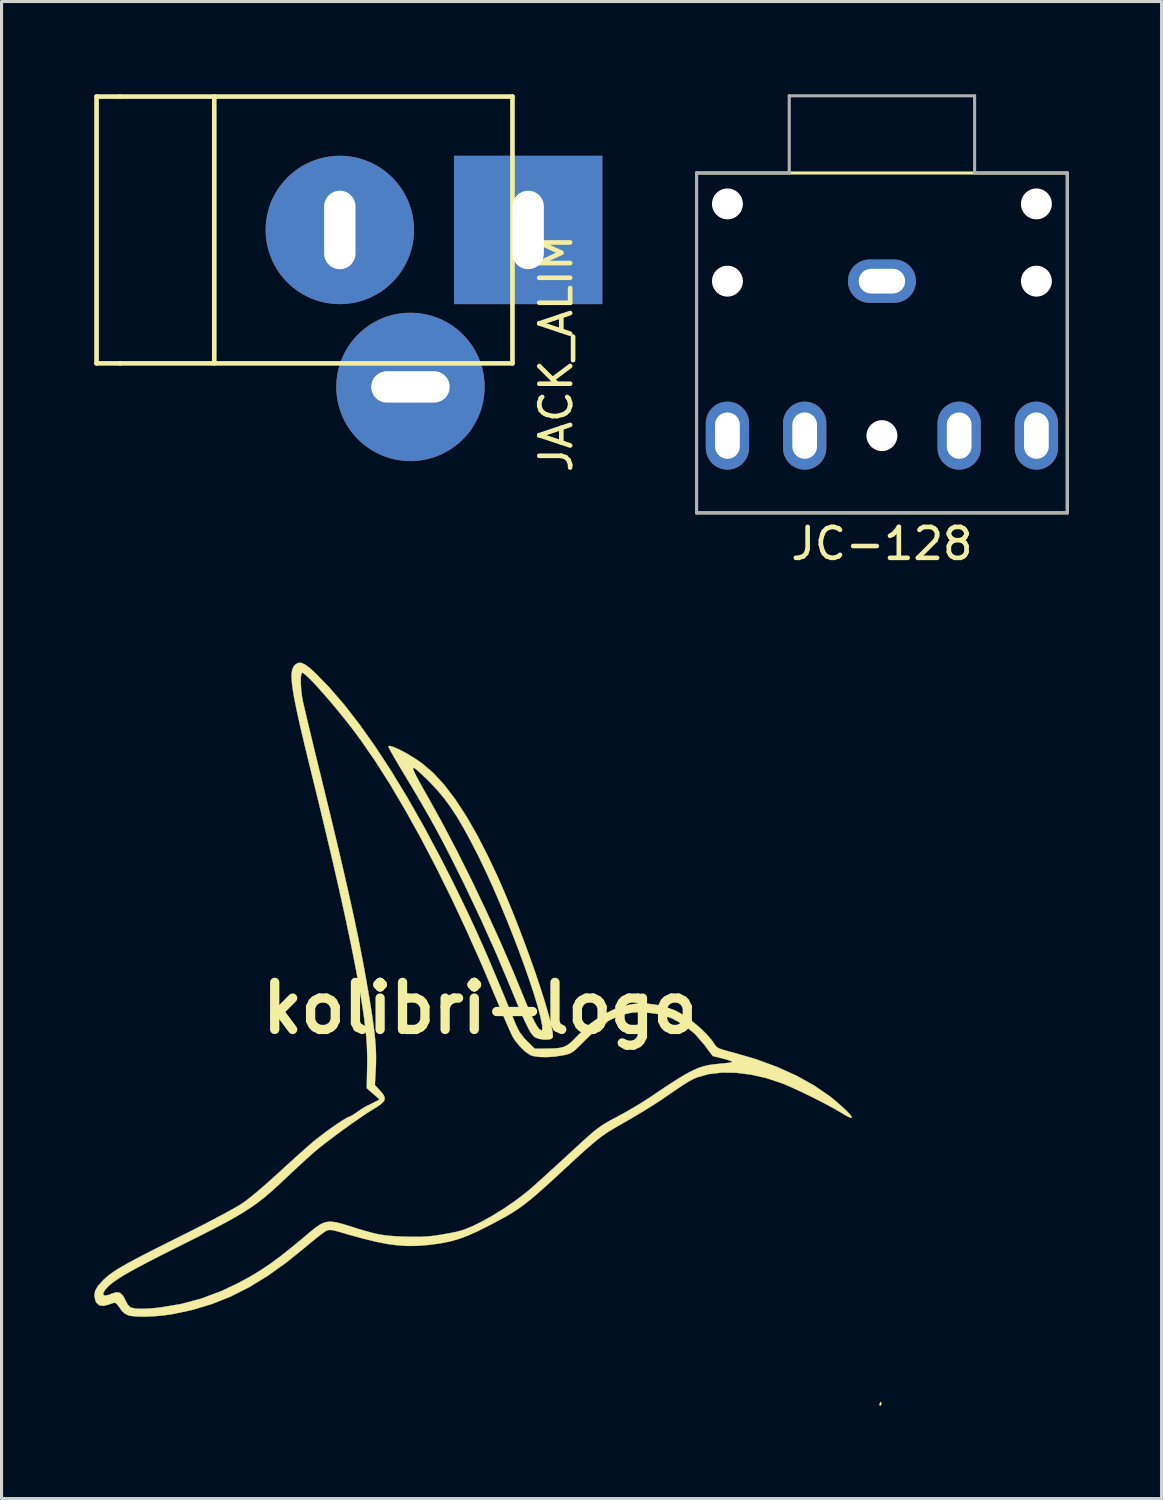
<source format=kicad_pcb>
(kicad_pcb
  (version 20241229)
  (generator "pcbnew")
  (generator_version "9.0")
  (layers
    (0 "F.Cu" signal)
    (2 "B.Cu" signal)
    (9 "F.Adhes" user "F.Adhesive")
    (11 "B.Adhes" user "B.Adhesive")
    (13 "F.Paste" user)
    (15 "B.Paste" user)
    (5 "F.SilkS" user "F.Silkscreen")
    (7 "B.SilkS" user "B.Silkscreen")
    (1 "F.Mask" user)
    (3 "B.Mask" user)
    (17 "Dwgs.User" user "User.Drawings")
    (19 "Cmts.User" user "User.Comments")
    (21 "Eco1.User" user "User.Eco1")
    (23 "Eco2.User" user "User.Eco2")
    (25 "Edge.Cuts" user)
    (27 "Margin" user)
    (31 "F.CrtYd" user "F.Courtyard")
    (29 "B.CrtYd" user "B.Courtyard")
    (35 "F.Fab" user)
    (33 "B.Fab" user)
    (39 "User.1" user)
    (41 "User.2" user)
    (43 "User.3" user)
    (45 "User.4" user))
  (footprint "JACK_ALIM"
    (layer "F.Cu")
    (at 7.949 4.393)
    (property "Reference" "JACK_ALIM" (at 7 4 90) (layer "F.SilkS") (effects (font (size 1 1) (thickness 0.15))))
    (attr through_hole)
    (fp_line (start -7.874 -4.318) (end -7.874 4.318) (stroke (width 0.15) (type solid)) (layer "F.SilkS"))
    (fp_line (start -7.874 4.318) (end -7.112 4.318) (stroke (width 0.15) (type solid)) (layer "F.SilkS"))
    (fp_line (start -7.112 -4.318) (end -7.874 -4.318) (stroke (width 0.15) (type solid)) (layer "F.SilkS"))
    (fp_line (start -7.112 -4.318) (end 5.588 -4.318) (stroke (width 0.15) (type solid)) (layer "F.SilkS"))
    (fp_line (start -7.112 4.318) (end 5.588 4.318) (stroke (width 0.15) (type solid)) (layer "F.SilkS"))
    (fp_line (start -4.064 -4.318) (end -4.064 4.318) (stroke (width 0.15) (type solid)) (layer "F.SilkS"))
    (fp_line (start 5.588 -4.318) (end 5.588 4.318) (stroke (width 0.15) (type solid)) (layer "F.SilkS"))
    (pad "1" thru_hole rect (at 6.096 0) (size 4.801 4.801) (drill oval 1.016 2.54) (layers "*.Cu" "*.Mask"))
    (pad "2" thru_hole circle (at 0 0) (size 4.801 4.801) (drill oval 1.016 2.54) (layers "*.Cu" "*.Mask"))
    (pad "3" thru_hole circle (at 2.286 5.08) (size 4.801 4.801) (drill oval 2.54 1.016) (layers "*.Cu" "*.Mask")))
  (footprint "JC-128"
    (layer "F.Cu")
    (at 25.495 6.05)
    (property "Reference" "JC-128" (at 0 8.5 0) (layer "F.SilkS") (effects (font (size 1 1) (thickness 0.15))))
    (attr through_hole)
    (fp_line (start -6 -3.5) (end -6 7.5) (stroke (width 0.1) (type solid)) (layer "F.SilkS"))
    (fp_line (start -6 7.5) (end 6 7.5) (stroke (width 0.1) (type solid)) (layer "F.SilkS"))
    (fp_line (start 6 -3.5) (end -6 -3.5) (stroke (width 0.1) (type solid)) (layer "F.SilkS"))
    (fp_line (start 6 7.5) (end 6 -3.5) (stroke (width 0.1) (type solid)) (layer "F.SilkS"))
    (fp_line (start -6 -3.5) (end -6 7.5) (stroke (width 0.1) (type solid)) (layer "F.Fab"))
    (fp_line (start -3 -6) (end -3 -3.5) (stroke (width 0.1) (type solid)) (layer "F.Fab"))
    (fp_line (start -3 -3.5) (end -6 -3.5) (stroke (width 0.1) (type solid)) (layer "F.Fab"))
    (fp_line (start 3 -6) (end -3 -6) (stroke (width 0.1) (type solid)) (layer "F.Fab"))
    (fp_line (start 3 -6) (end 3 -3.5) (stroke (width 0.1) (type solid)) (layer "F.Fab"))
    (fp_line (start 3 -3.5) (end 6 -3.5) (stroke (width 0.1) (type solid)) (layer "F.Fab"))
    (fp_line (start 6 -3.5) (end 6 7.5) (stroke (width 0.1) (type solid)) (layer "F.Fab"))
    (fp_line (start 6 7.5) (end -6 7.5) (stroke (width 0.1) (type solid)) (layer "F.Fab"))
    (pad "" np_thru_hole circle (at -5 -2.5) (size 1 1) (drill 1) (layers "*.Cu"))
    (pad "" np_thru_hole circle (at -5 0) (size 1 1) (drill 1) (layers "*.Cu"))
    (pad "" np_thru_hole circle (at 0 5) (size 1 1) (drill 1) (layers "*.Cu"))
    (pad "" np_thru_hole circle (at 5 -2.5) (size 1 1) (drill 1) (layers "*.Cu"))
    (pad "" np_thru_hole circle (at 5 0) (size 1 1) (drill 1) (layers "*.Cu"))
    (pad "R" thru_hole oval (at 5 5) (size 1.4 2.2) (drill oval 0.8 1.5) (layers "*.Cu" "*.Mask"))
    (pad "RN" thru_hole oval (at 2.5 5) (size 1.4 2.2) (drill oval 0.8 1.5) (layers "*.Cu" "*.Mask"))
    (pad "S" thru_hole oval (at 0 0) (size 2.2 1.4) (drill oval 1.5 0.8) (layers "*.Cu" "*.Mask"))
    (pad "T" thru_hole oval (at -5 5) (size 1.4 2.2) (drill oval 0.8 1.5) (layers "*.Cu" "*.Mask"))
    (pad "TN" thru_hole oval (at -2.5 5) (size 1.4 2.2) (drill oval 0.8 1.5) (layers "*.Cu" "*.Mask")))
  (footprint "kolibri-logo"
    (layer "F.Cu")
    (at 12.482 29.581)
    (property "Reference" "kolibri-logo" (at 0 0 0) (layer "F.SilkS") (effects (font (size 1.524 1.524) (thickness 0.3))))
    (attr through_hole)
    (fp_poly (pts (xy 12.994 12.777) (xy 12.996 12.806) (xy 12.974 12.862) (xy 12.955 12.869) (xy 12.932 12.838) (xy 12.939 12.806) (xy 12.969 12.75) (xy 12.98 12.742) (xy 12.994 12.777)) (stroke (width 0.01) (type solid)) (fill yes) (layer "F.SilkS"))
    (fp_poly (pts (xy -2.839 -8.469) (xy -2.702 -8.414) (xy -2.531 -8.331) (xy -2.339 -8.226) (xy -2.138 -8.104) (xy -1.94 -7.972) (xy -1.853 -7.909) (xy -1.507 -7.612) (xy -1.157 -7.233) (xy -0.804 -6.771) (xy -0.447 -6.226) (xy -0.085 -5.597) (xy 0.28 -4.884) (xy 0.57 -4.268) (xy 0.751 -3.856) (xy 0.934 -3.421) (xy 1.118 -2.97) (xy 1.298 -2.509) (xy 1.472 -2.047) (xy 1.638 -1.592) (xy 1.794 -1.15) (xy 1.936 -0.729) (xy 2.062 -0.338) (xy 2.169 0.017) (xy 2.256 0.327) (xy 2.318 0.586) (xy 2.354 0.785) (xy 2.362 0.918) (xy 2.354 0.955) (xy 2.297 0.999) (xy 2.185 1.019) (xy 2.045 1.016) (xy 1.905 0.991) (xy 1.789 0.947) (xy 1.764 0.929) (xy 1.709 0.875) (xy 1.649 0.792) (xy 1.579 0.671) (xy 1.496 0.507) (xy 1.396 0.291) (xy 1.277 0.017) (xy 1.135 -0.323) (xy 0.978 -0.704) (xy 0.53 -1.768) (xy 0.039 -2.863) (xy -0.479 -3.957) (xy -0.744 -4.493) (xy -0.988 -4.978) (xy -1.215 -5.415) (xy -1.435 -5.826) (xy -1.659 -6.229) (xy -1.898 -6.645) (xy -2.163 -7.095) (xy -2.42 -7.522) (xy -2.558 -7.751) (xy -2.163 -7.751) (xy -2.131 -7.66) (xy -2.056 -7.506) (xy -1.938 -7.287) (xy -1.777 -7) (xy -1.672 -6.816) (xy -1.209 -5.98) (xy -0.737 -5.079) (xy -0.263 -4.131) (xy 0.203 -3.153) (xy 0.654 -2.165) (xy 1.08 -1.182) (xy 1.398 -0.409) (xy 1.543 -0.056) (xy 1.665 0.223) (xy 1.766 0.433) (xy 1.849 0.581) (xy 1.919 0.673) (xy 1.978 0.715) (xy 2.002 0.72) (xy 2.022 0.682) (xy 2.02 0.582) (xy 2.014 0.54) (xy 1.96 0.277) (xy 1.874 -0.052) (xy 1.758 -0.437) (xy 1.616 -0.869) (xy 1.453 -1.336) (xy 1.272 -1.83) (xy 1.077 -2.339) (xy 0.872 -2.855) (xy 0.66 -3.366) (xy 0.446 -3.863) (xy 0.233 -4.336) (xy 0.024 -4.775) (xy -0.044 -4.914) (xy -0.296 -5.406) (xy -0.527 -5.829) (xy -0.743 -6.196) (xy -0.954 -6.516) (xy -1.165 -6.802) (xy -1.384 -7.064) (xy -1.62 -7.313) (xy -1.684 -7.377) (xy -1.865 -7.552) (xy -2.004 -7.681) (xy -2.1 -7.758) (xy -2.153 -7.783) (xy -2.163 -7.751) (xy -2.558 -7.751) (xy -2.57 -7.771) (xy -2.704 -7.998) (xy -2.816 -8.191) (xy -2.9 -8.341) (xy -2.951 -8.437) (xy -2.963 -8.467) (xy -2.93 -8.488) (xy -2.839 -8.469)) (stroke (width 0.01) (type solid)) (fill yes) (layer "F.SilkS"))
    (fp_poly (pts (xy -5.66 -11.123) (xy -5.5 -11.005) (xy -5.354 -10.873) (xy -4.879 -10.387) (xy -4.39 -9.821) (xy -3.89 -9.177) (xy -3.38 -8.457) (xy -2.863 -7.665) (xy -2.339 -6.803) (xy -1.811 -5.874) (xy -1.28 -4.88) (xy -0.946 -4.225) (xy -0.726 -3.781) (xy -0.521 -3.359) (xy -0.326 -2.95) (xy -0.137 -2.541) (xy 0.052 -2.121) (xy 0.246 -1.678) (xy 0.449 -1.202) (xy 0.667 -0.682) (xy 0.905 -0.104) (xy 1.168 0.541) (xy 1.172 0.55) (xy 1.284 0.772) (xy 1.439 0.975) (xy 1.529 1.069) (xy 1.775 1.312) (xy 2.105 1.31) (xy 2.362 1.305) (xy 2.555 1.291) (xy 2.704 1.258) (xy 2.83 1.198) (xy 2.952 1.104) (xy 3.092 0.966) (xy 3.177 0.876) (xy 3.569 0.506) (xy 3.975 0.218) (xy 4.398 0.012) (xy 4.841 -0.114) (xy 5.088 -0.15) (xy 5.381 -0.151) (xy 5.708 -0.109) (xy 6.034 -0.031) (xy 6.327 0.078) (xy 6.335 0.081) (xy 6.583 0.219) (xy 6.845 0.402) (xy 7.101 0.613) (xy 7.331 0.834) (xy 7.515 1.049) (xy 7.597 1.17) (xy 7.635 1.226) (xy 7.685 1.271) (xy 7.76 1.31) (xy 7.878 1.35) (xy 8.052 1.399) (xy 8.208 1.439) (xy 8.934 1.651) (xy 9.617 1.901) (xy 10.247 2.186) (xy 10.817 2.502) (xy 11.317 2.845) (xy 11.516 3.006) (xy 11.733 3.196) (xy 11.894 3.349) (xy 11.996 3.46) (xy 12.038 3.528) (xy 12.021 3.55) (xy 11.941 3.524) (xy 11.799 3.447) (xy 11.701 3.387) (xy 11.51 3.274) (xy 11.262 3.139) (xy 10.976 2.99) (xy 10.672 2.837) (xy 10.37 2.692) (xy 10.09 2.563) (xy 9.853 2.461) (xy 9.785 2.434) (xy 9.277 2.265) (xy 8.775 2.151) (xy 8.289 2.09) (xy 7.829 2.085) (xy 7.407 2.134) (xy 7.032 2.24) (xy 6.88 2.307) (xy 6.766 2.371) (xy 6.604 2.471) (xy 6.412 2.597) (xy 6.211 2.734) (xy 6.163 2.767) (xy 5.892 2.954) (xy 5.613 3.136) (xy 5.311 3.324) (xy 4.969 3.528) (xy 4.572 3.758) (xy 4.445 3.83) (xy 4.268 3.933) (xy 4.106 4.036) (xy 3.948 4.146) (xy 3.783 4.273) (xy 3.6 4.426) (xy 3.386 4.613) (xy 3.131 4.845) (xy 2.921 5.039) (xy 2.564 5.369) (xy 2.26 5.648) (xy 2 5.882) (xy 1.775 6.079) (xy 1.576 6.244) (xy 1.394 6.385) (xy 1.221 6.509) (xy 1.047 6.622) (xy 0.864 6.731) (xy 0.663 6.842) (xy 0.435 6.963) (xy 0.313 7.027) (xy -0.058 7.214) (xy -0.382 7.359) (xy -0.678 7.469) (xy -0.97 7.552) (xy -1.277 7.613) (xy -1.622 7.659) (xy -1.742 7.672) (xy -2.053 7.694) (xy -2.357 7.696) (xy -2.667 7.676) (xy -2.997 7.632) (xy -3.359 7.561) (xy -3.767 7.462) (xy -4.233 7.334) (xy -4.486 7.259) (xy -4.671 7.207) (xy -4.798 7.181) (xy -4.887 7.18) (xy -4.96 7.2) (xy -4.96 7.2) (xy -5.031 7.243) (xy -5.151 7.331) (xy -5.309 7.454) (xy -5.489 7.602) (xy -5.618 7.71) (xy -6.252 8.223) (xy -6.865 8.662) (xy -7.468 9.031) (xy -8.069 9.335) (xy -8.679 9.578) (xy -9.306 9.767) (xy -9.96 9.905) (xy -9.963 9.905) (xy -10.257 9.947) (xy -10.557 9.973) (xy -10.844 9.985) (xy -11.098 9.981) (xy -11.299 9.96) (xy -11.376 9.944) (xy -11.496 9.883) (xy -11.587 9.797) (xy -11.687 9.656) (xy -11.754 9.573) (xy -11.806 9.537) (xy -11.862 9.539) (xy -11.941 9.568) (xy -11.98 9.583) (xy -12.172 9.636) (xy -12.316 9.619) (xy -12.413 9.532) (xy -12.447 9.459) (xy -12.477 9.296) (xy -12.464 9.222) (xy -12.19 9.222) (xy -12.183 9.286) (xy -12.114 9.305) (xy -11.984 9.271) (xy -11.923 9.244) (xy -11.766 9.194) (xy -11.645 9.214) (xy -11.546 9.311) (xy -11.48 9.44) (xy -11.401 9.59) (xy -11.317 9.68) (xy -11.295 9.692) (xy -11.158 9.722) (xy -10.953 9.732) (xy -10.693 9.723) (xy -10.394 9.695) (xy -10.371 9.692) (xy -9.674 9.576) (xy -9.018 9.401) (xy -8.377 9.161) (xy -7.91 8.942) (xy -7.599 8.78) (xy -7.31 8.615) (xy -7.028 8.439) (xy -6.743 8.244) (xy -6.441 8.02) (xy -6.11 7.758) (xy -5.738 7.45) (xy -5.52 7.266) (xy -5.32 7.103) (xy -5.153 6.991) (xy -5 6.928) (xy -4.841 6.908) (xy -4.655 6.93) (xy -4.424 6.99) (xy -4.243 7.046) (xy -3.911 7.151) (xy -3.64 7.231) (xy -3.411 7.291) (xy -3.204 7.333) (xy -3.002 7.361) (xy -2.785 7.379) (xy -2.533 7.392) (xy -2.434 7.395) (xy -2.156 7.402) (xy -1.919 7.4) (xy -1.701 7.389) (xy -1.48 7.366) (xy -1.233 7.328) (xy -0.939 7.275) (xy -0.741 7.236) (xy -0.51 7.169) (xy -0.23 7.053) (xy 0.085 6.897) (xy 0.421 6.709) (xy 0.765 6.495) (xy 1.102 6.266) (xy 1.42 6.028) (xy 1.611 5.871) (xy 1.724 5.772) (xy 1.888 5.626) (xy 2.091 5.442) (xy 2.323 5.231) (xy 2.573 5.003) (xy 2.829 4.767) (xy 2.885 4.716) (xy 3.156 4.467) (xy 3.374 4.267) (xy 3.552 4.108) (xy 3.7 3.982) (xy 3.828 3.882) (xy 3.946 3.797) (xy 4.066 3.722) (xy 4.198 3.646) (xy 4.353 3.563) (xy 4.447 3.514) (xy 4.701 3.375) (xy 4.973 3.218) (xy 5.235 3.061) (xy 5.456 2.919) (xy 5.499 2.891) (xy 5.876 2.636) (xy 6.194 2.426) (xy 6.463 2.255) (xy 6.691 2.121) (xy 6.889 2.017) (xy 7.067 1.939) (xy 7.233 1.883) (xy 7.398 1.844) (xy 7.571 1.818) (xy 7.762 1.799) (xy 7.782 1.797) (xy 7.951 1.781) (xy 8.083 1.763) (xy 8.159 1.745) (xy 8.17 1.737) (xy 8.132 1.714) (xy 8.032 1.678) (xy 7.889 1.638) (xy 7.853 1.628) (xy 7.535 1.549) (xy 7.273 1.195) (xy 6.956 0.829) (xy 6.603 0.54) (xy 6.215 0.328) (xy 5.794 0.193) (xy 5.374 0.137) (xy 5.126 0.131) (xy 4.931 0.144) (xy 4.757 0.178) (xy 4.717 0.189) (xy 4.47 0.269) (xy 4.254 0.362) (xy 4.053 0.478) (xy 3.849 0.628) (xy 3.627 0.824) (xy 3.384 1.061) (xy 3.22 1.225) (xy 3.099 1.339) (xy 3.006 1.415) (xy 2.923 1.463) (xy 2.836 1.494) (xy 2.726 1.519) (xy 2.685 1.527) (xy 2.417 1.568) (xy 2.154 1.585) (xy 1.917 1.579) (xy 1.725 1.55) (xy 1.621 1.513) (xy 1.457 1.396) (xy 1.285 1.228) (xy 1.132 1.036) (xy 1.075 0.948) (xy 1.031 0.862) (xy 0.961 0.71) (xy 0.87 0.505) (xy 0.765 0.26) (xy 0.65 -0.012) (xy 0.556 -0.237) (xy 0.072 -1.383) (xy -0.42 -2.489) (xy -0.917 -3.55) (xy -1.417 -4.56) (xy -1.917 -5.515) (xy -2.414 -6.41) (xy -2.905 -7.24) (xy -3.388 -7.999) (xy -3.86 -8.683) (xy -4.106 -9.014) (xy -4.323 -9.293) (xy -4.546 -9.57) (xy -4.769 -9.84) (xy -4.986 -10.093) (xy -5.189 -10.322) (xy -5.371 -10.521) (xy -5.527 -10.68) (xy -5.648 -10.793) (xy -5.729 -10.853) (xy -5.758 -10.858) (xy -5.784 -10.799) (xy -5.797 -10.675) (xy -5.797 -10.505) (xy -5.784 -10.307) (xy -5.759 -10.101) (xy -5.734 -9.957) (xy -5.71 -9.851) (xy -5.669 -9.672) (xy -5.612 -9.43) (xy -5.542 -9.134) (xy -5.46 -8.794) (xy -5.37 -8.42) (xy -5.273 -8.02) (xy -5.171 -7.605) (xy -5.164 -7.578) (xy -4.954 -6.718) (xy -4.764 -5.932) (xy -4.593 -5.213) (xy -4.438 -4.554) (xy -4.299 -3.947) (xy -4.173 -3.385) (xy -4.059 -2.86) (xy -3.955 -2.364) (xy -3.861 -1.892) (xy -3.773 -1.434) (xy -3.691 -0.983) (xy -3.613 -0.533) (xy -3.557 -0.202) (xy -3.485 0.253) (xy -3.431 0.642) (xy -3.393 0.977) (xy -3.369 1.275) (xy -3.36 1.549) (xy -3.363 1.816) (xy -3.37 1.974) (xy -3.398 2.488) (xy -3.222 2.678) (xy -3.121 2.802) (xy -3.078 2.904) (xy -3.097 2.997) (xy -3.184 3.092) (xy -3.341 3.203) (xy -3.436 3.26) (xy -3.63 3.382) (xy -3.872 3.544) (xy -4.146 3.735) (xy -4.434 3.941) (xy -4.718 4.151) (xy -4.982 4.351) (xy -5.208 4.529) (xy -5.313 4.616) (xy -5.449 4.734) (xy -5.631 4.898) (xy -5.842 5.091) (xy -6.068 5.301) (xy -6.293 5.513) (xy -6.329 5.547) (xy -6.564 5.767) (xy -6.781 5.962) (xy -6.989 6.138) (xy -7.198 6.3) (xy -7.416 6.454) (xy -7.654 6.608) (xy -7.921 6.767) (xy -8.226 6.936) (xy -8.58 7.123) (xy -8.991 7.333) (xy -9.469 7.572) (xy -9.483 7.579) (xy -9.982 7.829) (xy -10.411 8.046) (xy -10.776 8.234) (xy -11.083 8.397) (xy -11.338 8.537) (xy -11.547 8.658) (xy -11.716 8.764) (xy -11.852 8.858) (xy -11.96 8.943) (xy -12.008 8.985) (xy -12.133 9.119) (xy -12.19 9.222) (xy -12.464 9.222) (xy -12.45 9.143) (xy -12.358 8.986) (xy -12.197 8.809) (xy -12.194 8.806) (xy -12.103 8.721) (xy -12.002 8.638) (xy -11.887 8.553) (xy -11.75 8.462) (xy -11.583 8.362) (xy -11.381 8.247) (xy -11.135 8.115) (xy -10.84 7.961) (xy -10.488 7.782) (xy -10.072 7.573) (xy -9.679 7.377) (xy -9.321 7.198) (xy -8.972 7.02) (xy -8.642 6.848) (xy -8.342 6.689) (xy -8.083 6.548) (xy -7.875 6.431) (xy -7.73 6.344) (xy -7.705 6.328) (xy -7.542 6.21) (xy -7.334 6.046) (xy -7.095 5.845) (xy -6.838 5.622) (xy -6.578 5.387) (xy -6.54 5.353) (xy -6.302 5.133) (xy -6.06 4.913) (xy -5.828 4.704) (xy -5.621 4.52) (xy -5.454 4.375) (xy -5.397 4.326) (xy -5.231 4.192) (xy -5.043 4.048) (xy -4.847 3.905) (xy -4.656 3.771) (xy -4.484 3.656) (xy -4.344 3.57) (xy -4.25 3.521) (xy -4.224 3.514) (xy -4.169 3.49) (xy -4.071 3.43) (xy -3.98 3.366) (xy -3.835 3.268) (xy -3.686 3.179) (xy -3.614 3.142) (xy -3.483 3.079) (xy -3.366 3.02) (xy -3.348 3.01) (xy -3.245 2.953) (xy -3.454 2.772) (xy -3.662 2.591) (xy -3.648 1.899) (xy -3.646 1.574) (xy -3.655 1.259) (xy -3.676 0.939) (xy -3.711 0.598) (xy -3.76 0.219) (xy -3.827 -0.213) (xy -3.898 -0.635) (xy -4.019 -1.294) (xy -4.165 -2.033) (xy -4.337 -2.852) (xy -4.534 -3.749) (xy -4.757 -4.723) (xy -5.005 -5.774) (xy -5.277 -6.902) (xy -5.402 -7.408) (xy -5.555 -8.033) (xy -5.688 -8.582) (xy -5.8 -9.059) (xy -5.893 -9.47) (xy -5.967 -9.822) (xy -6.024 -10.118) (xy -6.063 -10.364) (xy -6.087 -10.566) (xy -6.096 -10.73) (xy -6.09 -10.859) (xy -6.071 -10.96) (xy -6.04 -11.039) (xy -5.996 -11.1) (xy -5.985 -11.111) (xy -5.894 -11.173) (xy -5.788 -11.178) (xy -5.66 -11.123)) (stroke (width 0.01) (type solid)) (fill yes) (layer "F.SilkS")))
  (gr_rect
    (start -3 -3)
    (end 34.545 45.455)
    (stroke (width 0.1) (type default))
    (fill no)
    (layer "Edge.Cuts")))
</source>
